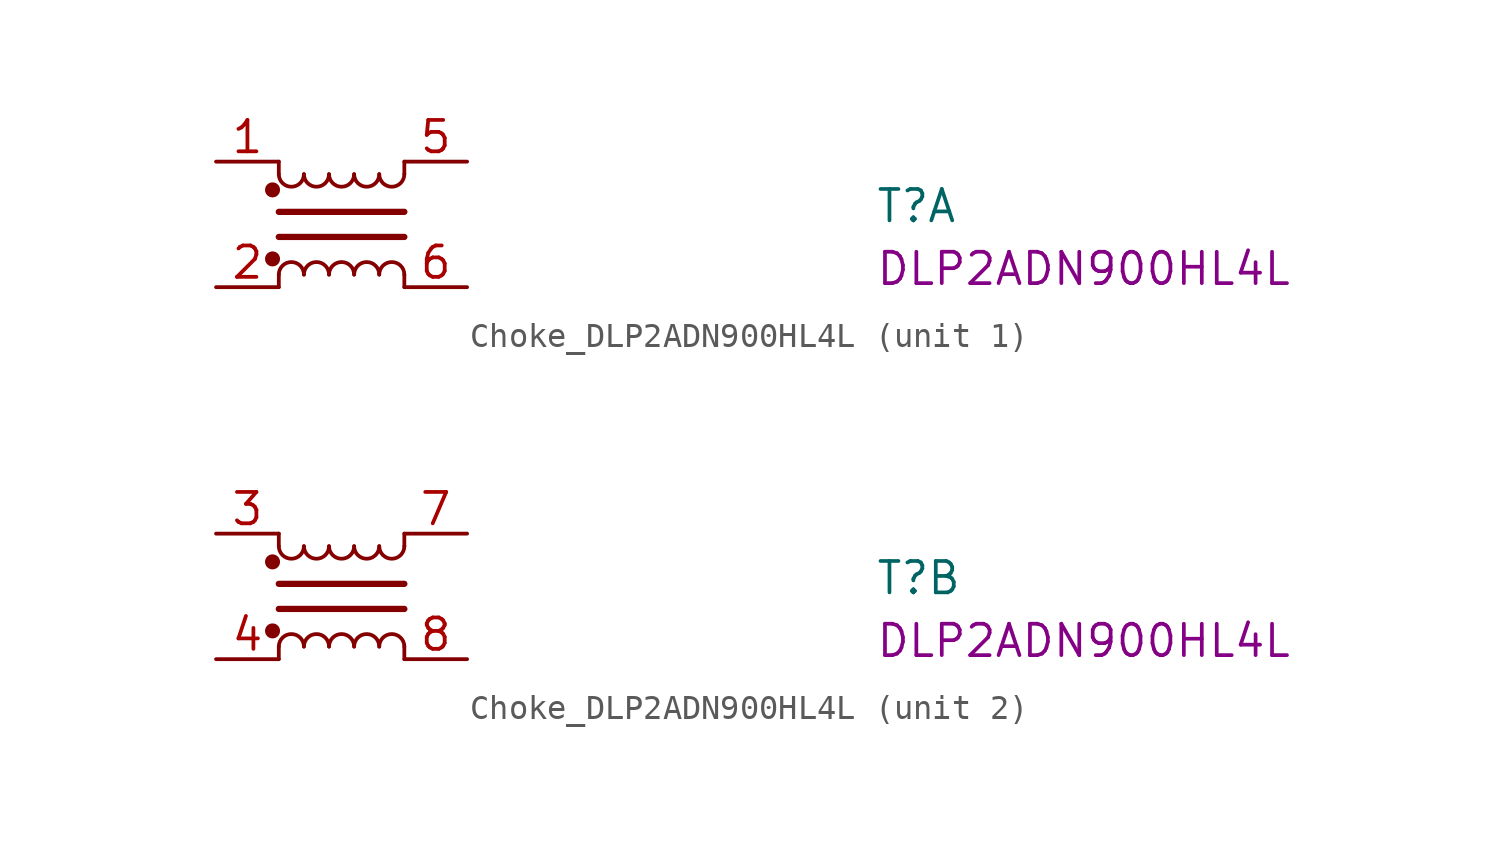
<source format=kicad_sym>
(kicad_symbol_lib
  (version 20220914)
  (generator kicad_symbol_editor)
  (symbol "Choke_DLP2ADN900HL4L"
    (pin_names hide)
    (property "Reference" "T"
      (at 26.67 -2.54 0)
      (effects (font (size 1.27 1.27) (thickness 0.15)) (justify left bottom)))
    (property "MPN" "DLP2ADN900HL4L"
      (at 26.67 -5.08 0)
      (effects (font (size 1.27 1.27) (thickness 0.15)) (justify left bottom)))
    (symbol "Choke_DLP2ADN900HL4L_1_1"
      (polyline (pts (xy 2.54 -4.572) (xy 2.54 -5.08)) (stroke (width 0) (type default)) (fill (type none)))
      (polyline (pts (xy 2.54 -2.032) (xy 7.62 -2.032)) (stroke (width 0.254) (type default)) (fill (type none)))
      (polyline (pts (xy 2.54 -0.508) (xy 2.54 0)) (stroke (width 0) (type default)) (fill (type none)))
      (polyline (pts (xy 7.62 -4.572) (xy 7.62 -5.08)) (stroke (width 0) (type default)) (fill (type none)))
      (polyline (pts (xy 7.62 -3.048) (xy 2.54 -3.048)) (stroke (width 0.254) (type default)) (fill (type none)))
      (polyline (pts (xy 7.62 0) (xy 7.62 -0.508)) (stroke (width 0) (type default)) (fill (type none)))
      (circle (center 2.286 -3.937) (radius 0.254) (stroke (width 0.1) (type default)) (fill (type outline)))
      (circle (center 2.286 -1.143) (radius 0.254) (stroke (width 0.1) (type default)) (fill (type outline)))
      (arc (start 2.54 -0.508) (mid 3.048 -1.0138) (end 3.556 -0.508) (stroke (width 0) (type default)) (fill (type none)))
      (arc (start 3.556 -4.572) (mid 3.048 -4.0662) (end 2.54 -4.572) (stroke (width 0) (type default)) (fill (type none)))
      (arc (start 3.556 -0.508) (mid 4.064 -1.0138) (end 4.572 -0.508) (stroke (width 0) (type default)) (fill (type none)))
      (arc (start 4.572 -4.572) (mid 4.064 -4.0662) (end 3.556 -4.572) (stroke (width 0) (type default)) (fill (type none)))
      (arc (start 4.572 -0.508) (mid 5.08 -1.0138) (end 5.588 -0.508) (stroke (width 0) (type default)) (fill (type none)))
      (arc (start 5.588 -4.572) (mid 5.08 -4.0662) (end 4.572 -4.572) (stroke (width 0) (type default)) (fill (type none)))
      (arc (start 5.588 -0.508) (mid 6.096 -1.0138) (end 6.604 -0.508) (stroke (width 0) (type default)) (fill (type none)))
      (arc (start 6.604 -4.572) (mid 6.096 -4.0662) (end 5.588 -4.572) (stroke (width 0) (type default)) (fill (type none)))
      (arc (start 6.604 -0.508) (mid 7.112 -1.0138) (end 7.62 -0.508) (stroke (width 0) (type default)) (fill (type none)))
      (arc (start 7.62 -4.572) (mid 7.112 -4.0662) (end 6.604 -4.572) (stroke (width 0) (type default)) (fill (type none)))
      (pin passive line (at 0 0 0) (length 2.54) (name "1" (effects (font (size 1.27 1.27)))) (number "1" (effects (font (size 1.27 1.27)))))
      (pin passive line (at 0 -5.08 0) (length 2.54) (name "2" (effects (font (size 1.27 1.27)))) (number "2" (effects (font (size 1.27 1.27)))))
      (pin passive line (at 10.16 0 180) (length 2.54) (name "5" (effects (font (size 1.27 1.27)))) (number "5" (effects (font (size 1.27 1.27)))))
      (pin passive line (at 10.16 -5.08 180) (length 2.54) (name "6" (effects (font (size 1.27 1.27)))) (number "6" (effects (font (size 1.27 1.27))))))
    (symbol "Choke_DLP2ADN900HL4L_2_1"
      (polyline (pts (xy 2.54 -4.572) (xy 2.54 -5.08)) (stroke (width 0) (type default)) (fill (type none)))
      (polyline (pts (xy 2.54 -2.032) (xy 7.62 -2.032)) (stroke (width 0.254) (type default)) (fill (type none)))
      (polyline (pts (xy 2.54 -0.508) (xy 2.54 0)) (stroke (width 0) (type default)) (fill (type none)))
      (polyline (pts (xy 7.62 -4.572) (xy 7.62 -5.08)) (stroke (width 0) (type default)) (fill (type none)))
      (polyline (pts (xy 7.62 -3.048) (xy 2.54 -3.048)) (stroke (width 0.254) (type default)) (fill (type none)))
      (polyline (pts (xy 7.62 0) (xy 7.62 -0.508)) (stroke (width 0) (type default)) (fill (type none)))
      (circle (center 2.286 -3.937) (radius 0.254) (stroke (width 0.1) (type default)) (fill (type outline)))
      (circle (center 2.286 -1.143) (radius 0.254) (stroke (width 0.1) (type default)) (fill (type outline)))
      (arc (start 2.54 -0.508) (mid 3.048 -1.0138) (end 3.556 -0.508) (stroke (width 0) (type default)) (fill (type none)))
      (arc (start 3.556 -4.572) (mid 3.048 -4.0662) (end 2.54 -4.572) (stroke (width 0) (type default)) (fill (type none)))
      (arc (start 3.556 -0.508) (mid 4.064 -1.0138) (end 4.572 -0.508) (stroke (width 0) (type default)) (fill (type none)))
      (arc (start 4.572 -4.572) (mid 4.064 -4.0662) (end 3.556 -4.572) (stroke (width 0) (type default)) (fill (type none)))
      (arc (start 4.572 -0.508) (mid 5.08 -1.0138) (end 5.588 -0.508) (stroke (width 0) (type default)) (fill (type none)))
      (arc (start 5.588 -4.572) (mid 5.08 -4.0662) (end 4.572 -4.572) (stroke (width 0) (type default)) (fill (type none)))
      (arc (start 5.588 -0.508) (mid 6.096 -1.0138) (end 6.604 -0.508) (stroke (width 0) (type default)) (fill (type none)))
      (arc (start 6.604 -4.572) (mid 6.096 -4.0662) (end 5.588 -4.572) (stroke (width 0) (type default)) (fill (type none)))
      (arc (start 6.604 -0.508) (mid 7.112 -1.0138) (end 7.62 -0.508) (stroke (width 0) (type default)) (fill (type none)))
      (arc (start 7.62 -4.572) (mid 7.112 -4.0662) (end 6.604 -4.572) (stroke (width 0) (type default)) (fill (type none)))
      (pin passive line (at 0 0 0) (length 2.54) (name "1" (effects (font (size 1.27 1.27)))) (number "3" (effects (font (size 1.27 1.27)))))
      (pin passive line (at 0 -5.08 0) (length 2.54) (name "2" (effects (font (size 1.27 1.27)))) (number "4" (effects (font (size 1.27 1.27)))))
      (pin passive line (at 10.16 0 180) (length 2.54) (name "5" (effects (font (size 1.27 1.27)))) (number "7" (effects (font (size 1.27 1.27)))))
      (pin passive line (at 10.16 -5.08 180) (length 2.54) (name "6" (effects (font (size 1.27 1.27)))) (number "8" (effects (font (size 1.27 1.27))))))))
</source>
